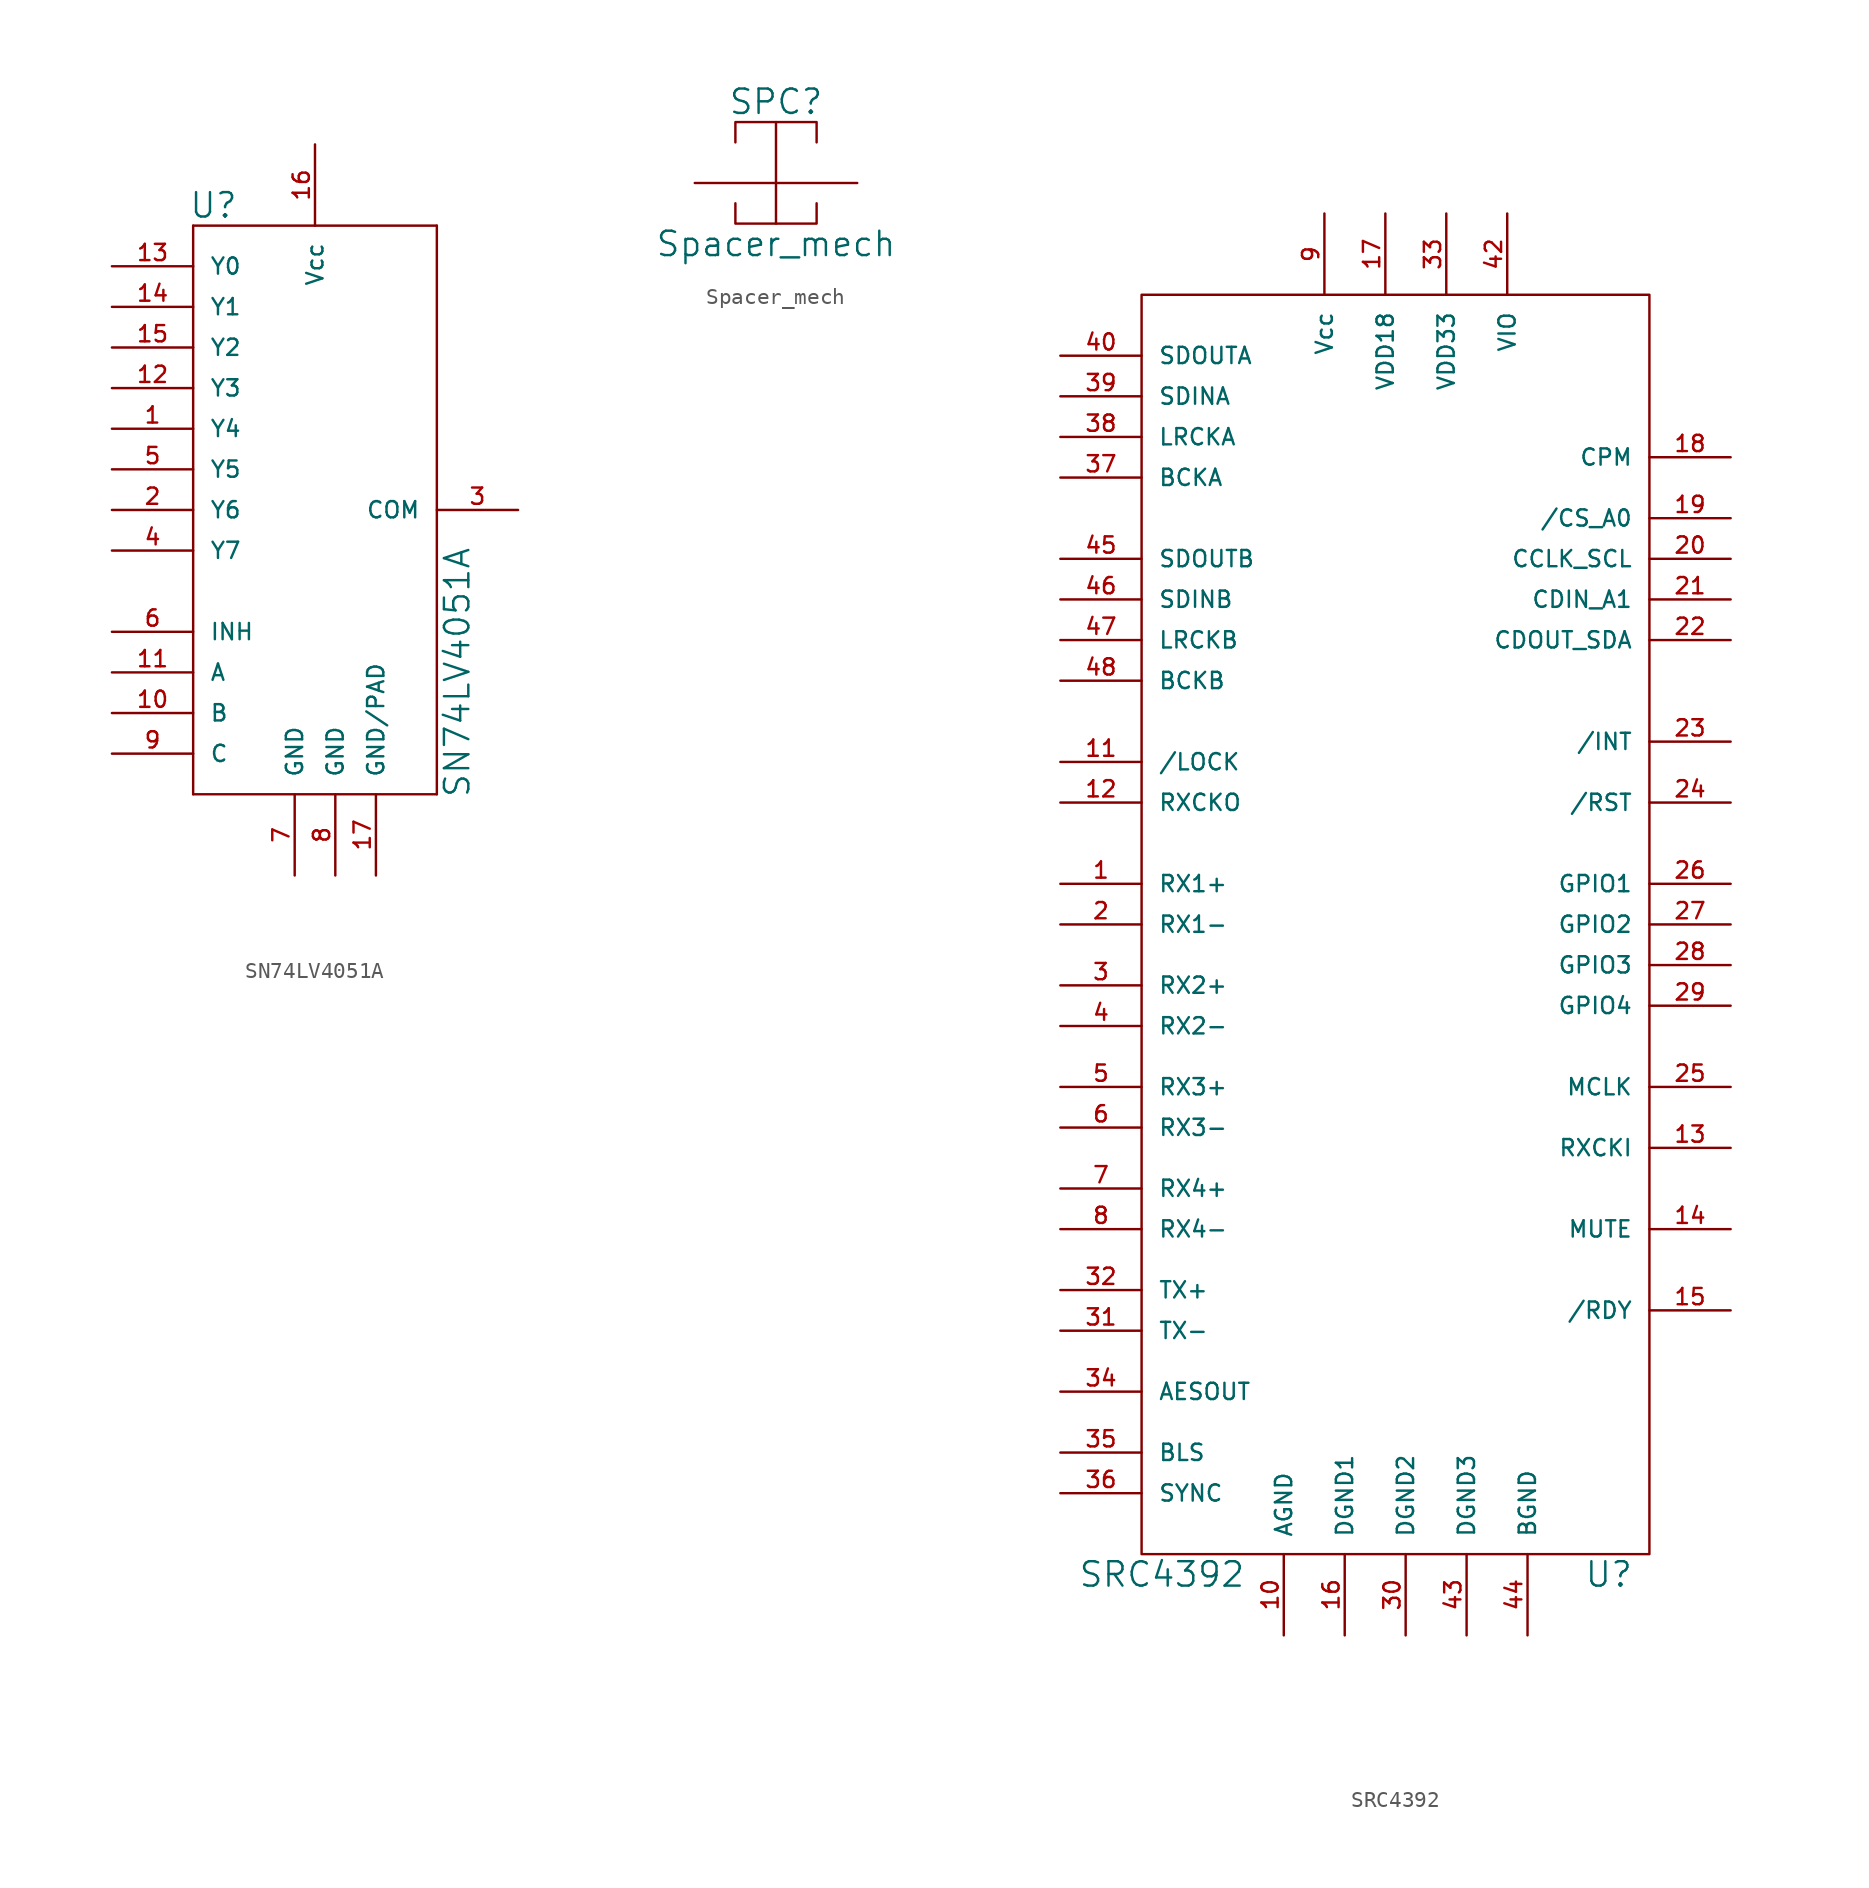
<source format=kicad_sym>
(kicad_symbol_lib
  (version 20211014)
  (generator kicad_symbol_editor)
  (symbol "SN74LV4051A"
    (pin_names
      (offset 1.016))
    (property "Reference" "U"
      (at -6.35 19.05 0)
      (effects (font (size 1.524 1.524))))
    (property "Value" "SN74LV4051A"
      (at 8.89 -10.16 90)
      (effects (font (size 1.524 1.524))))
    (property "Footprint" ""
      (at 0 0 0)
      (effects (font (size 1.524 1.524))))
    (property "Datasheet" ""
      (at 0 0 0)
      (effects (font (size 1.524 1.524))))
    (symbol "SN74LV4051A_1_0"
      (polyline (pts (xy -7.62 -17.78) (xy 7.62 -17.78)) (stroke (width 0) (type default) (color 0 0 0 0)) (fill (type none)))
      (polyline (pts (xy -7.62 17.78) (xy -7.62 -17.78)) (stroke (width 0) (type default) (color 0 0 0 0)) (fill (type none)))
      (polyline (pts (xy 7.62 -17.78) (xy 7.62 17.78)) (stroke (width 0) (type default) (color 0 0 0 0)) (fill (type none)))
      (polyline (pts (xy 7.62 17.78) (xy -7.62 17.78)) (stroke (width 0) (type default) (color 0 0 0 0)) (fill (type none))))
    (symbol "SN74LV4051A_1_1"
      (pin bidirectional line (at -12.7 5.08 0) (length 5.08) (name "Y4" (effects (font (size 1.016 1.016)))) (number "1" (effects (font (size 1.016 1.016)))))
      (pin input line (at -12.7 -12.7 0) (length 5.08) (name "B" (effects (font (size 1.016 1.016)))) (number "10" (effects (font (size 1.016 1.016)))))
      (pin input line (at -12.7 -10.16 0) (length 5.08) (name "A" (effects (font (size 1.016 1.016)))) (number "11" (effects (font (size 1.016 1.016)))))
      (pin bidirectional line (at -12.7 7.62 0) (length 5.08) (name "Y3" (effects (font (size 1.016 1.016)))) (number "12" (effects (font (size 1.016 1.016)))))
      (pin bidirectional line (at -12.7 15.24 0) (length 5.08) (name "Y0" (effects (font (size 1.016 1.016)))) (number "13" (effects (font (size 1.016 1.016)))))
      (pin bidirectional line (at -12.7 12.7 0) (length 5.08) (name "Y1" (effects (font (size 1.016 1.016)))) (number "14" (effects (font (size 1.016 1.016)))))
      (pin bidirectional line (at -12.7 10.16 0) (length 5.08) (name "Y2" (effects (font (size 1.016 1.016)))) (number "15" (effects (font (size 1.016 1.016)))))
      (pin power_in line (at 0 22.86 270) (length 5.08) (name "Vcc" (effects (font (size 1.016 1.016)))) (number "16" (effects (font (size 1.016 1.016)))))
      (pin passive line (at 3.81 -22.86 90) (length 5.08) (name "GND/PAD" (effects (font (size 1.016 1.016)))) (number "17" (effects (font (size 1.016 1.016)))))
      (pin bidirectional line (at -12.7 0 0) (length 5.08) (name "Y6" (effects (font (size 1.016 1.016)))) (number "2" (effects (font (size 1.016 1.016)))))
      (pin bidirectional line (at 12.7 0 180) (length 5.08) (name "COM" (effects (font (size 1.016 1.016)))) (number "3" (effects (font (size 1.016 1.016)))))
      (pin bidirectional line (at -12.7 -2.54 0) (length 5.08) (name "Y7" (effects (font (size 1.016 1.016)))) (number "4" (effects (font (size 1.016 1.016)))))
      (pin bidirectional line (at -12.7 2.54 0) (length 5.08) (name "Y5" (effects (font (size 1.016 1.016)))) (number "5" (effects (font (size 1.016 1.016)))))
      (pin input line (at -12.7 -7.62 0) (length 5.08) (name "INH" (effects (font (size 1.016 1.016)))) (number "6" (effects (font (size 1.016 1.016)))))
      (pin power_out line (at -1.27 -22.86 90) (length 5.08) (name "GND" (effects (font (size 1.016 1.016)))) (number "7" (effects (font (size 1.016 1.016)))))
      (pin power_out line (at 1.27 -22.86 90) (length 5.08) (name "GND" (effects (font (size 1.016 1.016)))) (number "8" (effects (font (size 1.016 1.016)))))
      (pin input line (at -12.7 -15.24 0) (length 5.08) (name "C" (effects (font (size 1.016 1.016)))) (number "9" (effects (font (size 1.016 1.016)))))))
  (symbol "Spacer_mech"
    (pin_numbers hide)
    (pin_names
      (offset 1.016) hide)
    (property "Reference" "SPC"
      (at 0 5.08 0)
      (effects (font (size 1.524 1.524))))
    (property "Value" "Spacer_mech"
      (at 0 -3.81 0)
      (effects (font (size 1.524 1.524))))
    (property "Footprint" ""
      (at 0 0 0)
      (effects (font (size 1.524 1.524))))
    (property "Datasheet" ""
      (at 0 0 0)
      (effects (font (size 1.524 1.524))))
    (symbol "Spacer_mech_0_1"
      (polyline (pts (xy 0 -2.54) (xy 2.54 -2.54) (xy 2.54 -1.27)) (stroke (width 0) (type default) (color 0 0 0 0)) (fill (type none)))
      (polyline (pts (xy 0 3.81) (xy 2.54 3.81) (xy 2.54 2.54)) (stroke (width 0) (type default) (color 0 0 0 0)) (fill (type none)))
      (polyline (pts (xy 0 0) (xy 0 -2.54) (xy -2.54 -2.54) (xy -2.54 -1.27)) (stroke (width 0) (type default) (color 0 0 0 0)) (fill (type none)))
      (polyline (pts (xy 0 0) (xy 0 3.81) (xy -2.54 3.81) (xy -2.54 2.54)) (stroke (width 0) (type default) (color 0 0 0 0)) (fill (type none))))
    (symbol "Spacer_mech_1_1"
      (pin input line (at -5.08 0 0) (length 5.08) (name "1" (effects (font (size 1.27 1.27)))) (number "1" (effects (font (size 1.27 1.27)))))
      (pin input line (at 5.08 0 180) (length 5.08) (name "2" (effects (font (size 1.27 1.27)))) (number "2" (effects (font (size 1.27 1.27)))))))
  (symbol "SRC4392"
    (pin_names
      (offset 1.016))
    (property "Reference" "U"
      (at 66.04 -102.87 0)
      (effects (font (size 1.524 1.524))))
    (property "Value" "SRC4392"
      (at 38.1 -102.87 0)
      (effects (font (size 1.524 1.524))))
    (symbol "SRC4392_0_1"
      (rectangle (start 36.83 -22.86) (end 68.58 -101.6) (stroke (width 0) (type default) (color 0 0 0 0)) (fill (type none))))
    (symbol "SRC4392_1_1"
      (pin power_out line (at 31.75 -59.69 0) (length 5.08) (name "RX1+" (effects (font (size 1.016 1.016)))) (number "1" (effects (font (size 1.016 1.016)))))
      (pin power_out line (at 45.72 -106.68 90) (length 5.08) (name "AGND" (effects (font (size 1.016 1.016)))) (number "10" (effects (font (size 1.016 1.016)))))
      (pin power_out line (at 31.75 -52.07 0) (length 5.08) (name "/LOCK" (effects (font (size 1.016 1.016)))) (number "11" (effects (font (size 1.016 1.016)))))
      (pin power_out line (at 31.75 -54.61 0) (length 5.08) (name "RXCKO" (effects (font (size 1.016 1.016)))) (number "12" (effects (font (size 1.016 1.016)))))
      (pin power_out line (at 73.66 -76.2 180) (length 5.08) (name "RXCKI" (effects (font (size 1.016 1.016)))) (number "13" (effects (font (size 1.016 1.016)))))
      (pin power_out line (at 73.66 -81.28 180) (length 5.08) (name "MUTE" (effects (font (size 1.016 1.016)))) (number "14" (effects (font (size 1.016 1.016)))))
      (pin power_out line (at 73.66 -86.36 180) (length 5.08) (name "/RDY" (effects (font (size 1.016 1.016)))) (number "15" (effects (font (size 1.016 1.016)))))
      (pin power_out line (at 49.53 -106.68 90) (length 5.08) (name "DGND1" (effects (font (size 1.016 1.016)))) (number "16" (effects (font (size 1.016 1.016)))))
      (pin power_out line (at 52.07 -17.78 270) (length 5.08) (name "VDD18" (effects (font (size 1.016 1.016)))) (number "17" (effects (font (size 1.016 1.016)))))
      (pin power_out line (at 73.66 -33.02 180) (length 5.08) (name "CPM" (effects (font (size 1.016 1.016)))) (number "18" (effects (font (size 1.016 1.016)))))
      (pin power_out line (at 73.66 -36.83 180) (length 5.08) (name "/CS_A0" (effects (font (size 1.016 1.016)))) (number "19" (effects (font (size 1.016 1.016)))))
      (pin power_out line (at 31.75 -62.23 0) (length 5.08) (name "RX1-" (effects (font (size 1.016 1.016)))) (number "2" (effects (font (size 1.016 1.016)))))
      (pin power_out line (at 73.66 -39.37 180) (length 5.08) (name "CCLK_SCL" (effects (font (size 1.016 1.016)))) (number "20" (effects (font (size 1.016 1.016)))))
      (pin power_out line (at 73.66 -41.91 180) (length 5.08) (name "CDIN_A1" (effects (font (size 1.016 1.016)))) (number "21" (effects (font (size 1.016 1.016)))))
      (pin power_out line (at 73.66 -44.45 180) (length 5.08) (name "CDOUT_SDA" (effects (font (size 1.016 1.016)))) (number "22" (effects (font (size 1.016 1.016)))))
      (pin power_out line (at 73.66 -50.8 180) (length 5.08) (name "/INT" (effects (font (size 1.016 1.016)))) (number "23" (effects (font (size 1.016 1.016)))))
      (pin power_out line (at 73.66 -54.61 180) (length 5.08) (name "/RST" (effects (font (size 1.016 1.016)))) (number "24" (effects (font (size 1.016 1.016)))))
      (pin power_out line (at 73.66 -72.39 180) (length 5.08) (name "MCLK" (effects (font (size 1.016 1.016)))) (number "25" (effects (font (size 1.016 1.016)))))
      (pin power_out line (at 73.66 -59.69 180) (length 5.08) (name "GPIO1" (effects (font (size 1.016 1.016)))) (number "26" (effects (font (size 1.016 1.016)))))
      (pin power_out line (at 73.66 -62.23 180) (length 5.08) (name "GPIO2" (effects (font (size 1.016 1.016)))) (number "27" (effects (font (size 1.016 1.016)))))
      (pin power_out line (at 73.66 -64.77 180) (length 5.08) (name "GPIO3" (effects (font (size 1.016 1.016)))) (number "28" (effects (font (size 1.016 1.016)))))
      (pin power_out line (at 73.66 -67.31 180) (length 5.08) (name "GPIO4" (effects (font (size 1.016 1.016)))) (number "29" (effects (font (size 1.016 1.016)))))
      (pin power_out line (at 31.75 -66.04 0) (length 5.08) (name "RX2+" (effects (font (size 1.016 1.016)))) (number "3" (effects (font (size 1.016 1.016)))))
      (pin power_out line (at 53.34 -106.68 90) (length 5.08) (name "DGND2" (effects (font (size 1.016 1.016)))) (number "30" (effects (font (size 1.016 1.016)))))
      (pin power_out line (at 31.75 -87.63 0) (length 5.08) (name "TX-" (effects (font (size 1.016 1.016)))) (number "31" (effects (font (size 1.016 1.016)))))
      (pin power_out line (at 31.75 -85.09 0) (length 5.08) (name "TX+" (effects (font (size 1.016 1.016)))) (number "32" (effects (font (size 1.016 1.016)))))
      (pin power_out line (at 55.88 -17.78 270) (length 5.08) (name "VDD33" (effects (font (size 1.016 1.016)))) (number "33" (effects (font (size 1.016 1.016)))))
      (pin power_out line (at 31.75 -91.44 0) (length 5.08) (name "AESOUT" (effects (font (size 1.016 1.016)))) (number "34" (effects (font (size 1.016 1.016)))))
      (pin power_out line (at 31.75 -95.25 0) (length 5.08) (name "BLS" (effects (font (size 1.016 1.016)))) (number "35" (effects (font (size 1.016 1.016)))))
      (pin power_out line (at 31.75 -97.79 0) (length 5.08) (name "SYNC" (effects (font (size 1.016 1.016)))) (number "36" (effects (font (size 1.016 1.016)))))
      (pin power_out line (at 31.75 -34.29 0) (length 5.08) (name "BCKA" (effects (font (size 1.016 1.016)))) (number "37" (effects (font (size 1.016 1.016)))))
      (pin power_out line (at 31.75 -31.75 0) (length 5.08) (name "LRCKA" (effects (font (size 1.016 1.016)))) (number "38" (effects (font (size 1.016 1.016)))))
      (pin power_out line (at 31.75 -29.21 0) (length 5.08) (name "SDINA" (effects (font (size 1.016 1.016)))) (number "39" (effects (font (size 1.016 1.016)))))
      (pin power_out line (at 31.75 -68.58 0) (length 5.08) (name "RX2-" (effects (font (size 1.016 1.016)))) (number "4" (effects (font (size 1.016 1.016)))))
      (pin power_out line (at 31.75 -26.67 0) (length 5.08) (name "SDOUTA" (effects (font (size 1.016 1.016)))) (number "40" (effects (font (size 1.016 1.016)))))
      (pin power_out line (at 73.66 -90.17 180) (length 5.08) hide (name "NC" (effects (font (size 1.016 1.016)))) (number "41" (effects (font (size 1.016 1.016)))))
      (pin power_out line (at 59.69 -17.78 270) (length 5.08) (name "VIO" (effects (font (size 1.016 1.016)))) (number "42" (effects (font (size 1.016 1.016)))))
      (pin power_out line (at 57.15 -106.68 90) (length 5.08) (name "DGND3" (effects (font (size 1.016 1.016)))) (number "43" (effects (font (size 1.016 1.016)))))
      (pin power_out line (at 60.96 -106.68 90) (length 5.08) (name "BGND" (effects (font (size 1.016 1.016)))) (number "44" (effects (font (size 1.016 1.016)))))
      (pin power_out line (at 31.75 -39.37 0) (length 5.08) (name "SDOUTB" (effects (font (size 1.016 1.016)))) (number "45" (effects (font (size 1.016 1.016)))))
      (pin power_out line (at 31.75 -41.91 0) (length 5.08) (name "SDINB" (effects (font (size 1.016 1.016)))) (number "46" (effects (font (size 1.016 1.016)))))
      (pin power_out line (at 31.75 -44.45 0) (length 5.08) (name "LRCKB" (effects (font (size 1.016 1.016)))) (number "47" (effects (font (size 1.016 1.016)))))
      (pin power_out line (at 31.75 -46.99 0) (length 5.08) (name "BCKB" (effects (font (size 1.016 1.016)))) (number "48" (effects (font (size 1.016 1.016)))))
      (pin power_out line (at 31.75 -72.39 0) (length 5.08) (name "RX3+" (effects (font (size 1.016 1.016)))) (number "5" (effects (font (size 1.016 1.016)))))
      (pin power_out line (at 31.75 -74.93 0) (length 5.08) (name "RX3-" (effects (font (size 1.016 1.016)))) (number "6" (effects (font (size 1.016 1.016)))))
      (pin power_out line (at 31.75 -78.74 0) (length 5.08) (name "RX4+" (effects (font (size 1.016 1.016)))) (number "7" (effects (font (size 1.016 1.016)))))
      (pin power_out line (at 31.75 -81.28 0) (length 5.08) (name "RX4-" (effects (font (size 1.016 1.016)))) (number "8" (effects (font (size 1.016 1.016)))))
      (pin power_out line (at 48.26 -17.78 270) (length 5.08) (name "Vcc" (effects (font (size 1.016 1.016)))) (number "9" (effects (font (size 1.016 1.016))))))))
</source>
